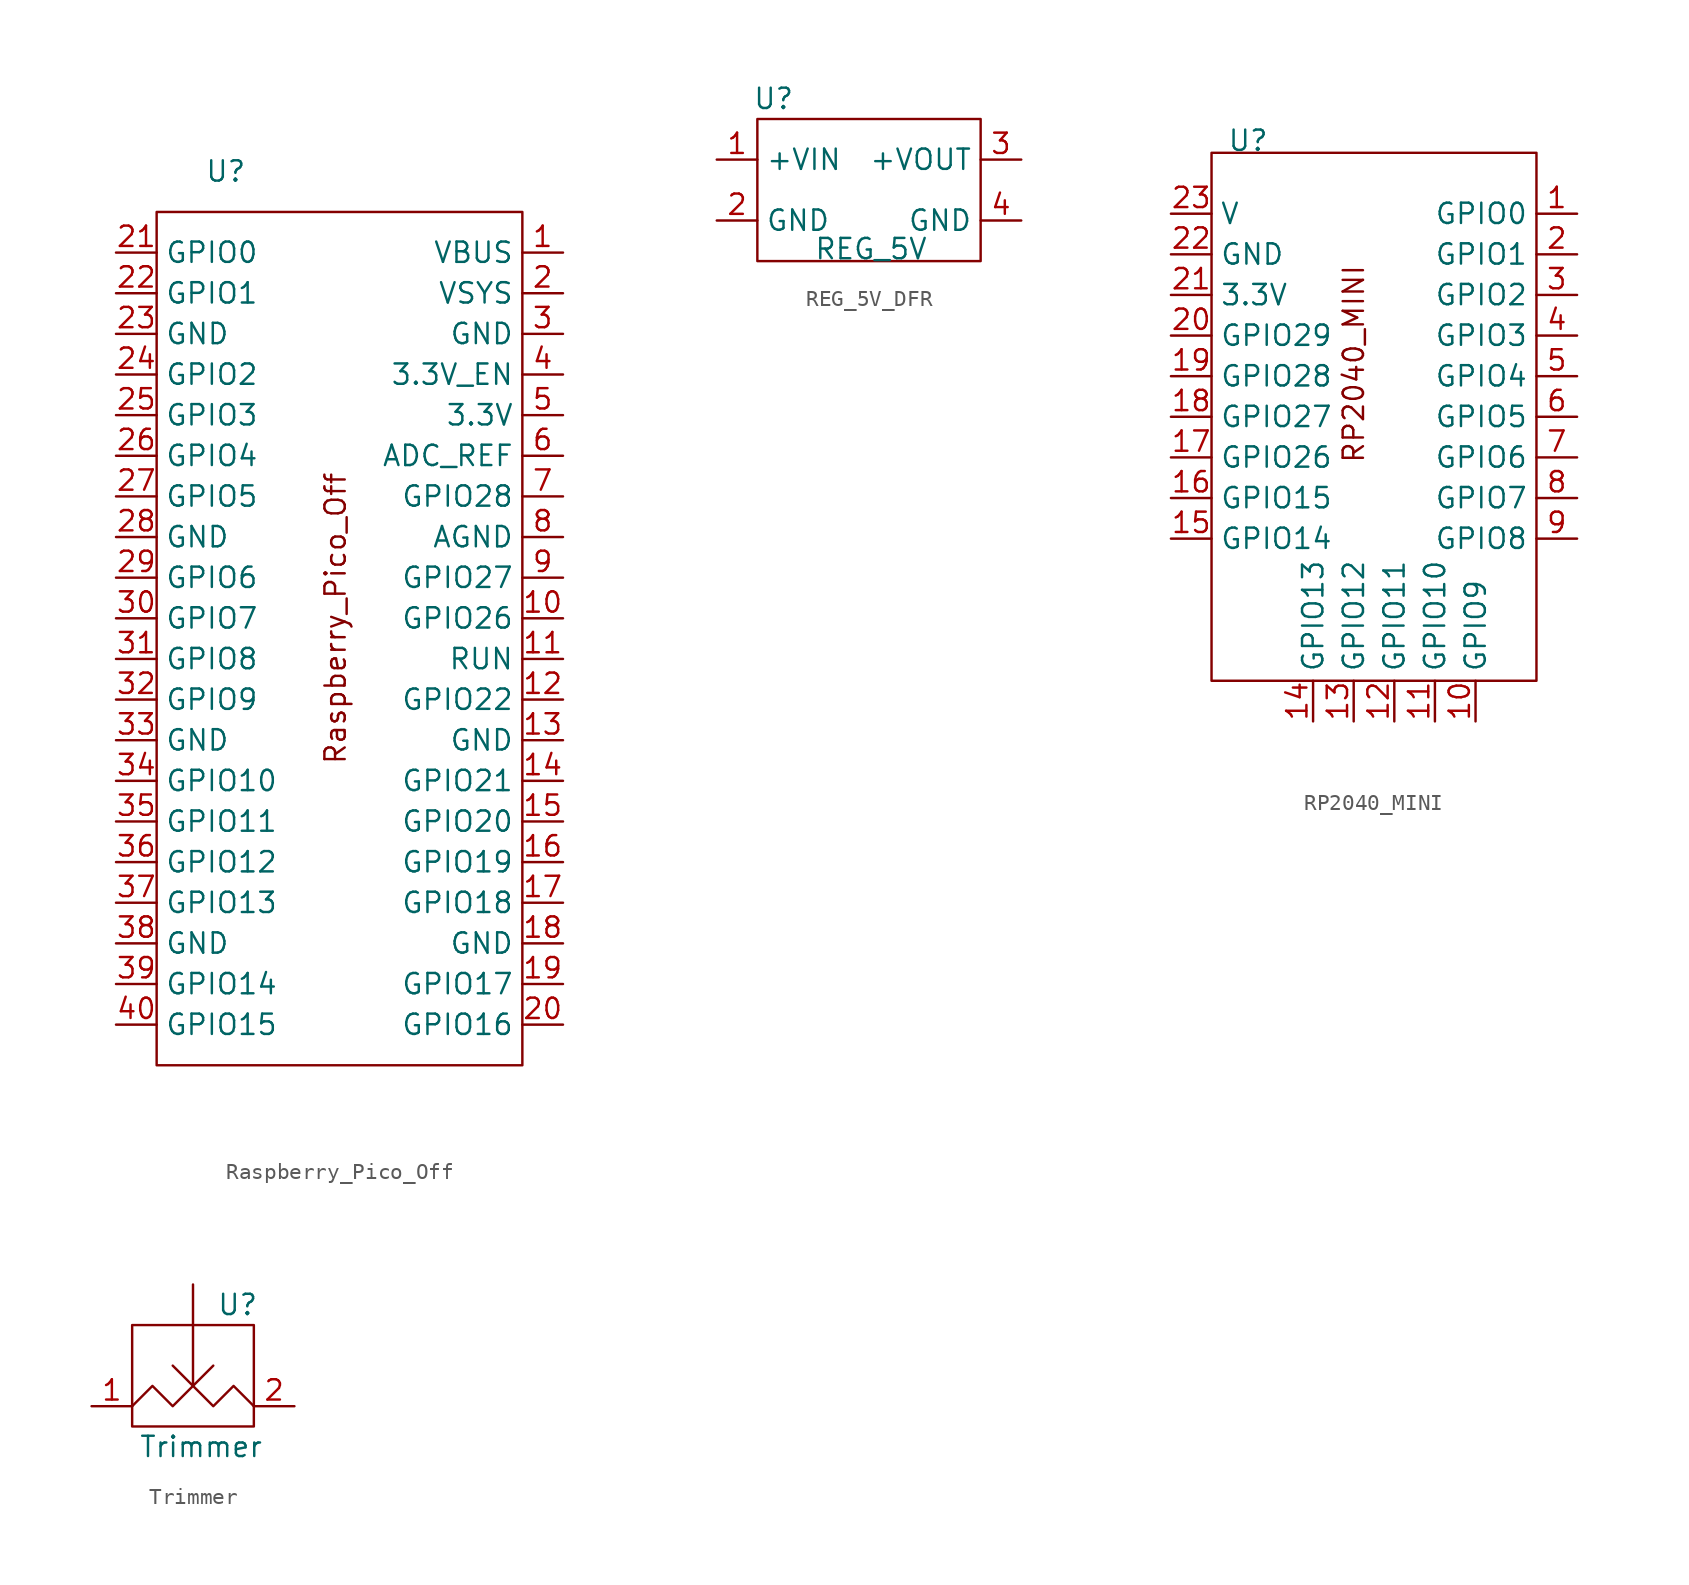
<source format=kicad_sym>
(kicad_symbol_lib
  (version 20231120)
  (generator "kicad_symbol_editor")
  (generator_version "8.0")
  (symbol "Raspberry_Pico_Off"
    (property "Reference" "U"
      (at -7.112 24.13 0)
      (effects (font (size 1.27 1.27))))
    (property "Value" ""
      (at -2.54 0 0)
      (effects (font (size 1.27 1.27))))
    (symbol "Raspberry_Pico_Off_0_1"
      (rectangle (start -11.43 21.59) (end 11.43 -31.75) (stroke (width 0) (type default)) (fill (type none))))
    (symbol "Raspberry_Pico_Off_1_1"
      (text "Raspberry_Pico_Off" (at -0.254 -3.81 900) (effects (font (size 1.27 1.27))))
      (pin power_in line (at 13.97 19.05 180) (length 2.54) (name "VBUS" (effects (font (size 1.27 1.27)))) (number "1" (effects (font (size 1.27 1.27)))))
      (pin bidirectional line (at 13.97 -3.81 180) (length 2.54) (name "GPIO26" (effects (font (size 1.27 1.27)))) (number "10" (effects (font (size 1.27 1.27)))))
      (pin bidirectional line (at 13.97 -6.35 180) (length 2.54) (name "RUN" (effects (font (size 1.27 1.27)))) (number "11" (effects (font (size 1.27 1.27)))))
      (pin bidirectional line (at 13.97 -8.89 180) (length 2.54) (name "GPIO22" (effects (font (size 1.27 1.27)))) (number "12" (effects (font (size 1.27 1.27)))))
      (pin bidirectional line (at 13.97 -11.43 180) (length 2.54) (name "GND" (effects (font (size 1.27 1.27)))) (number "13" (effects (font (size 1.27 1.27)))))
      (pin bidirectional line (at 13.97 -13.97 180) (length 2.54) (name "GPIO21" (effects (font (size 1.27 1.27)))) (number "14" (effects (font (size 1.27 1.27)))))
      (pin bidirectional line (at 13.97 -16.51 180) (length 2.54) (name "GPIO20" (effects (font (size 1.27 1.27)))) (number "15" (effects (font (size 1.27 1.27)))))
      (pin bidirectional line (at 13.97 -19.05 180) (length 2.54) (name "GPIO19" (effects (font (size 1.27 1.27)))) (number "16" (effects (font (size 1.27 1.27)))))
      (pin bidirectional line (at 13.97 -21.59 180) (length 2.54) (name "GPIO18" (effects (font (size 1.27 1.27)))) (number "17" (effects (font (size 1.27 1.27)))))
      (pin bidirectional line (at 13.97 -24.13 180) (length 2.54) (name "GND" (effects (font (size 1.27 1.27)))) (number "18" (effects (font (size 1.27 1.27)))))
      (pin bidirectional line (at 13.97 -26.67 180) (length 2.54) (name "GPIO17" (effects (font (size 1.27 1.27)))) (number "19" (effects (font (size 1.27 1.27)))))
      (pin power_in line (at 13.97 16.51 180) (length 2.54) (name "VSYS" (effects (font (size 1.27 1.27)))) (number "2" (effects (font (size 1.27 1.27)))))
      (pin bidirectional line (at 13.97 -29.21 180) (length 2.54) (name "GPIO16" (effects (font (size 1.27 1.27)))) (number "20" (effects (font (size 1.27 1.27)))))
      (pin bidirectional line (at -13.97 19.05 0) (length 2.54) (name "GPIO0" (effects (font (size 1.27 1.27)))) (number "21" (effects (font (size 1.27 1.27)))))
      (pin bidirectional line (at -13.97 16.51 0) (length 2.54) (name "GPIO1" (effects (font (size 1.27 1.27)))) (number "22" (effects (font (size 1.27 1.27)))))
      (pin bidirectional line (at -13.97 13.97 0) (length 2.54) (name "GND" (effects (font (size 1.27 1.27)))) (number "23" (effects (font (size 1.27 1.27)))))
      (pin bidirectional line (at -13.97 11.43 0) (length 2.54) (name "GPIO2" (effects (font (size 1.27 1.27)))) (number "24" (effects (font (size 1.27 1.27)))))
      (pin bidirectional line (at -13.97 8.89 0) (length 2.54) (name "GPIO3" (effects (font (size 1.27 1.27)))) (number "25" (effects (font (size 1.27 1.27)))))
      (pin bidirectional line (at -13.97 6.35 0) (length 2.54) (name "GPIO4" (effects (font (size 1.27 1.27)))) (number "26" (effects (font (size 1.27 1.27)))))
      (pin bidirectional line (at -13.97 3.81 0) (length 2.54) (name "GPIO5" (effects (font (size 1.27 1.27)))) (number "27" (effects (font (size 1.27 1.27)))))
      (pin bidirectional line (at -13.97 1.27 0) (length 2.54) (name "GND" (effects (font (size 1.27 1.27)))) (number "28" (effects (font (size 1.27 1.27)))))
      (pin bidirectional line (at -13.97 -1.27 0) (length 2.54) (name "GPIO6" (effects (font (size 1.27 1.27)))) (number "29" (effects (font (size 1.27 1.27)))))
      (pin power_in line (at 13.97 13.97 180) (length 2.54) (name "GND" (effects (font (size 1.27 1.27)))) (number "3" (effects (font (size 1.27 1.27)))))
      (pin bidirectional line (at -13.97 -3.81 0) (length 2.54) (name "GPIO7" (effects (font (size 1.27 1.27)))) (number "30" (effects (font (size 1.27 1.27)))))
      (pin bidirectional line (at -13.97 -6.35 0) (length 2.54) (name "GPIO8" (effects (font (size 1.27 1.27)))) (number "31" (effects (font (size 1.27 1.27)))))
      (pin bidirectional line (at -13.97 -8.89 0) (length 2.54) (name "GPIO9" (effects (font (size 1.27 1.27)))) (number "32" (effects (font (size 1.27 1.27)))))
      (pin bidirectional line (at -13.97 -11.43 0) (length 2.54) (name "GND" (effects (font (size 1.27 1.27)))) (number "33" (effects (font (size 1.27 1.27)))))
      (pin bidirectional line (at -13.97 -13.97 0) (length 2.54) (name "GPIO10" (effects (font (size 1.27 1.27)))) (number "34" (effects (font (size 1.27 1.27)))))
      (pin bidirectional line (at -13.97 -16.51 0) (length 2.54) (name "GPIO11" (effects (font (size 1.27 1.27)))) (number "35" (effects (font (size 1.27 1.27)))))
      (pin bidirectional line (at -13.97 -19.05 0) (length 2.54) (name "GPIO12" (effects (font (size 1.27 1.27)))) (number "36" (effects (font (size 1.27 1.27)))))
      (pin bidirectional line (at -13.97 -21.59 0) (length 2.54) (name "GPIO13" (effects (font (size 1.27 1.27)))) (number "37" (effects (font (size 1.27 1.27)))))
      (pin bidirectional line (at -13.97 -24.13 0) (length 2.54) (name "GND" (effects (font (size 1.27 1.27)))) (number "38" (effects (font (size 1.27 1.27)))))
      (pin bidirectional line (at -13.97 -26.67 0) (length 2.54) (name "GPIO14" (effects (font (size 1.27 1.27)))) (number "39" (effects (font (size 1.27 1.27)))))
      (pin bidirectional line (at 13.97 11.43 180) (length 2.54) (name "3.3V_EN" (effects (font (size 1.27 1.27)))) (number "4" (effects (font (size 1.27 1.27)))))
      (pin bidirectional line (at -13.97 -29.21 0) (length 2.54) (name "GPIO15" (effects (font (size 1.27 1.27)))) (number "40" (effects (font (size 1.27 1.27)))))
      (pin power_out line (at 13.97 8.89 180) (length 2.54) (name "3.3V" (effects (font (size 1.27 1.27)))) (number "5" (effects (font (size 1.27 1.27)))))
      (pin bidirectional line (at 13.97 6.35 180) (length 2.54) (name "ADC_REF" (effects (font (size 1.27 1.27)))) (number "6" (effects (font (size 1.27 1.27)))))
      (pin bidirectional line (at 13.97 3.81 180) (length 2.54) (name "GPIO28" (effects (font (size 1.27 1.27)))) (number "7" (effects (font (size 1.27 1.27)))))
      (pin bidirectional line (at 13.97 1.27 180) (length 2.54) (name "AGND" (effects (font (size 1.27 1.27)))) (number "8" (effects (font (size 1.27 1.27)))))
      (pin bidirectional line (at 13.97 -1.27 180) (length 2.54) (name "GPIO27" (effects (font (size 1.27 1.27)))) (number "9" (effects (font (size 1.27 1.27)))))))
  (symbol "REG_5V_DFR"
    (property "Reference" "U"
      (at -7.874 8.89 0)
      (effects (font (size 1.27 1.27))))
    (property "Value" "REG_5V"
      (at -1.778 -0.508 0)
      (effects (font (size 1.27 1.27))))
    (symbol "REG_5V_DFR_0_1"
      (rectangle (start -8.89 7.62) (end 5.08 -1.27) (stroke (width 0) (type default)) (fill (type none))))
    (symbol "REG_5V_DFR_1_1"
      (pin power_in line (at -11.43 5.08 0) (length 2.54) (name "+VIN" (effects (font (size 1.27 1.27)))) (number "1" (effects (font (size 1.27 1.27)))))
      (pin power_in line (at -11.43 1.27 0) (length 2.54) (name "GND" (effects (font (size 1.27 1.27)))) (number "2" (effects (font (size 1.27 1.27)))))
      (pin power_out line (at 7.62 5.08 180) (length 2.54) (name "+VOUT" (effects (font (size 1.27 1.27)))) (number "3" (effects (font (size 1.27 1.27)))))
      (pin power_out line (at 7.62 1.27 180) (length 2.54) (name "GND" (effects (font (size 1.27 1.27)))) (number "4" (effects (font (size 1.27 1.27)))))))
  (symbol "RP2040_MINI"
    (property "Reference" "U"
      (at -6.604 14.732 0)
      (effects (font (size 1.27 1.27))))
    (property "Value" ""
      (at 0 0 0)
      (effects (font (size 1.27 1.27))))
    (symbol "RP2040_MINI_0_1"
      (rectangle (start -8.89 13.97) (end 11.43 -19.05) (stroke (width 0) (type default)) (fill (type none))))
    (symbol "RP2040_MINI_1_1"
      (text "RP2040_MINI" (at 0 0.762 900) (effects (font (size 1.27 1.27))))
      (pin input line (at 13.97 10.16 180) (length 2.54) (name "GPIO0" (effects (font (size 1.27 1.27)))) (number "1" (effects (font (size 1.27 1.27)))))
      (pin input line (at 7.62 -21.59 90) (length 2.54) (name "GPIO9" (effects (font (size 1.27 1.27)))) (number "10" (effects (font (size 1.27 1.27)))))
      (pin input line (at 5.08 -21.59 90) (length 2.54) (name "GPIO10" (effects (font (size 1.27 1.27)))) (number "11" (effects (font (size 1.27 1.27)))))
      (pin input line (at 2.54 -21.59 90) (length 2.54) (name "GPIO11" (effects (font (size 1.27 1.27)))) (number "12" (effects (font (size 1.27 1.27)))))
      (pin input line (at 0 -21.59 90) (length 2.54) (name "GPIO12" (effects (font (size 1.27 1.27)))) (number "13" (effects (font (size 1.27 1.27)))))
      (pin input line (at -2.54 -21.59 90) (length 2.54) (name "GPIO13" (effects (font (size 1.27 1.27)))) (number "14" (effects (font (size 1.27 1.27)))))
      (pin input line (at -11.43 -10.16 0) (length 2.54) (name "GPIO14" (effects (font (size 1.27 1.27)))) (number "15" (effects (font (size 1.27 1.27)))))
      (pin input line (at -11.43 -7.62 0) (length 2.54) (name "GPIO15" (effects (font (size 1.27 1.27)))) (number "16" (effects (font (size 1.27 1.27)))))
      (pin input line (at -11.43 -5.08 0) (length 2.54) (name "GPIO26" (effects (font (size 1.27 1.27)))) (number "17" (effects (font (size 1.27 1.27)))))
      (pin input line (at -11.43 -2.54 0) (length 2.54) (name "GPIO27" (effects (font (size 1.27 1.27)))) (number "18" (effects (font (size 1.27 1.27)))))
      (pin input line (at -11.43 0 0) (length 2.54) (name "GPIO28" (effects (font (size 1.27 1.27)))) (number "19" (effects (font (size 1.27 1.27)))))
      (pin input line (at 13.97 7.62 180) (length 2.54) (name "GPIO1" (effects (font (size 1.27 1.27)))) (number "2" (effects (font (size 1.27 1.27)))))
      (pin input line (at -11.43 2.54 0) (length 2.54) (name "GPIO29" (effects (font (size 1.27 1.27)))) (number "20" (effects (font (size 1.27 1.27)))))
      (pin power_out line (at -11.43 5.08 0) (length 2.54) (name "3.3V" (effects (font (size 1.27 1.27)))) (number "21" (effects (font (size 1.27 1.27)))))
      (pin power_in line (at -11.43 7.62 0) (length 2.54) (name "GND" (effects (font (size 1.27 1.27)))) (number "22" (effects (font (size 1.27 1.27)))))
      (pin power_in line (at -11.43 10.16 0) (length 2.54) (name "V" (effects (font (size 1.27 1.27)))) (number "23" (effects (font (size 1.27 1.27)))))
      (pin input line (at 13.97 5.08 180) (length 2.54) (name "GPIO2" (effects (font (size 1.27 1.27)))) (number "3" (effects (font (size 1.27 1.27)))))
      (pin input line (at 13.97 2.54 180) (length 2.54) (name "GPIO3" (effects (font (size 1.27 1.27)))) (number "4" (effects (font (size 1.27 1.27)))))
      (pin input line (at 13.97 0 180) (length 2.54) (name "GPIO4" (effects (font (size 1.27 1.27)))) (number "5" (effects (font (size 1.27 1.27)))))
      (pin input line (at 13.97 -2.54 180) (length 2.54) (name "GPIO5" (effects (font (size 1.27 1.27)))) (number "6" (effects (font (size 1.27 1.27)))))
      (pin input line (at 13.97 -5.08 180) (length 2.54) (name "GPIO6" (effects (font (size 1.27 1.27)))) (number "7" (effects (font (size 1.27 1.27)))))
      (pin input line (at 13.97 -7.62 180) (length 2.54) (name "GPIO7" (effects (font (size 1.27 1.27)))) (number "8" (effects (font (size 1.27 1.27)))))
      (pin input line (at 13.97 -10.16 180) (length 2.54) (name "GPIO8" (effects (font (size 1.27 1.27)))) (number "9" (effects (font (size 1.27 1.27)))))))
  (symbol "Trimmer"
    (property "Reference" "U"
      (at 2.794 5.08 0)
      (effects (font (size 1.27 1.27))))
    (property "Value" "Trimmer"
      (at 0.508 -3.81 0)
      (effects (font (size 1.27 1.27))))
    (symbol "Trimmer_0_1"
      (rectangle (start -3.81 -2.54) (end 3.81 3.81) (stroke (width 0) (type default)) (fill (type none)))
      (polyline (pts (xy 0 3.81) (xy 0 0) (xy 1.27 1.27) (xy 0 0) (xy -1.27 1.27)) (stroke (width 0) (type default)) (fill (type none)))
      (polyline (pts (xy -3.81 -1.27) (xy -2.54 0) (xy -1.27 -1.27) (xy 0 0) (xy 1.27 -1.27) (xy 2.54 0) (xy 3.81 -1.27)) (stroke (width 0) (type default)) (fill (type none))))
    (symbol "Trimmer_1_1"
      (pin bidirectional line (at 0 6.35 270) (length 2.54) (name "" (effects (font (size 1.27 1.27)))) (number "" (effects (font (size 1.27 1.27)))))
      (pin bidirectional line (at -6.35 -1.27 0) (length 2.54) (name "" (effects (font (size 1.27 1.27)))) (number "1" (effects (font (size 1.27 1.27)))))
      (pin bidirectional line (at 6.35 -1.27 180) (length 2.54) (name "" (effects (font (size 1.27 1.27)))) (number "2" (effects (font (size 1.27 1.27))))))))
</source>
